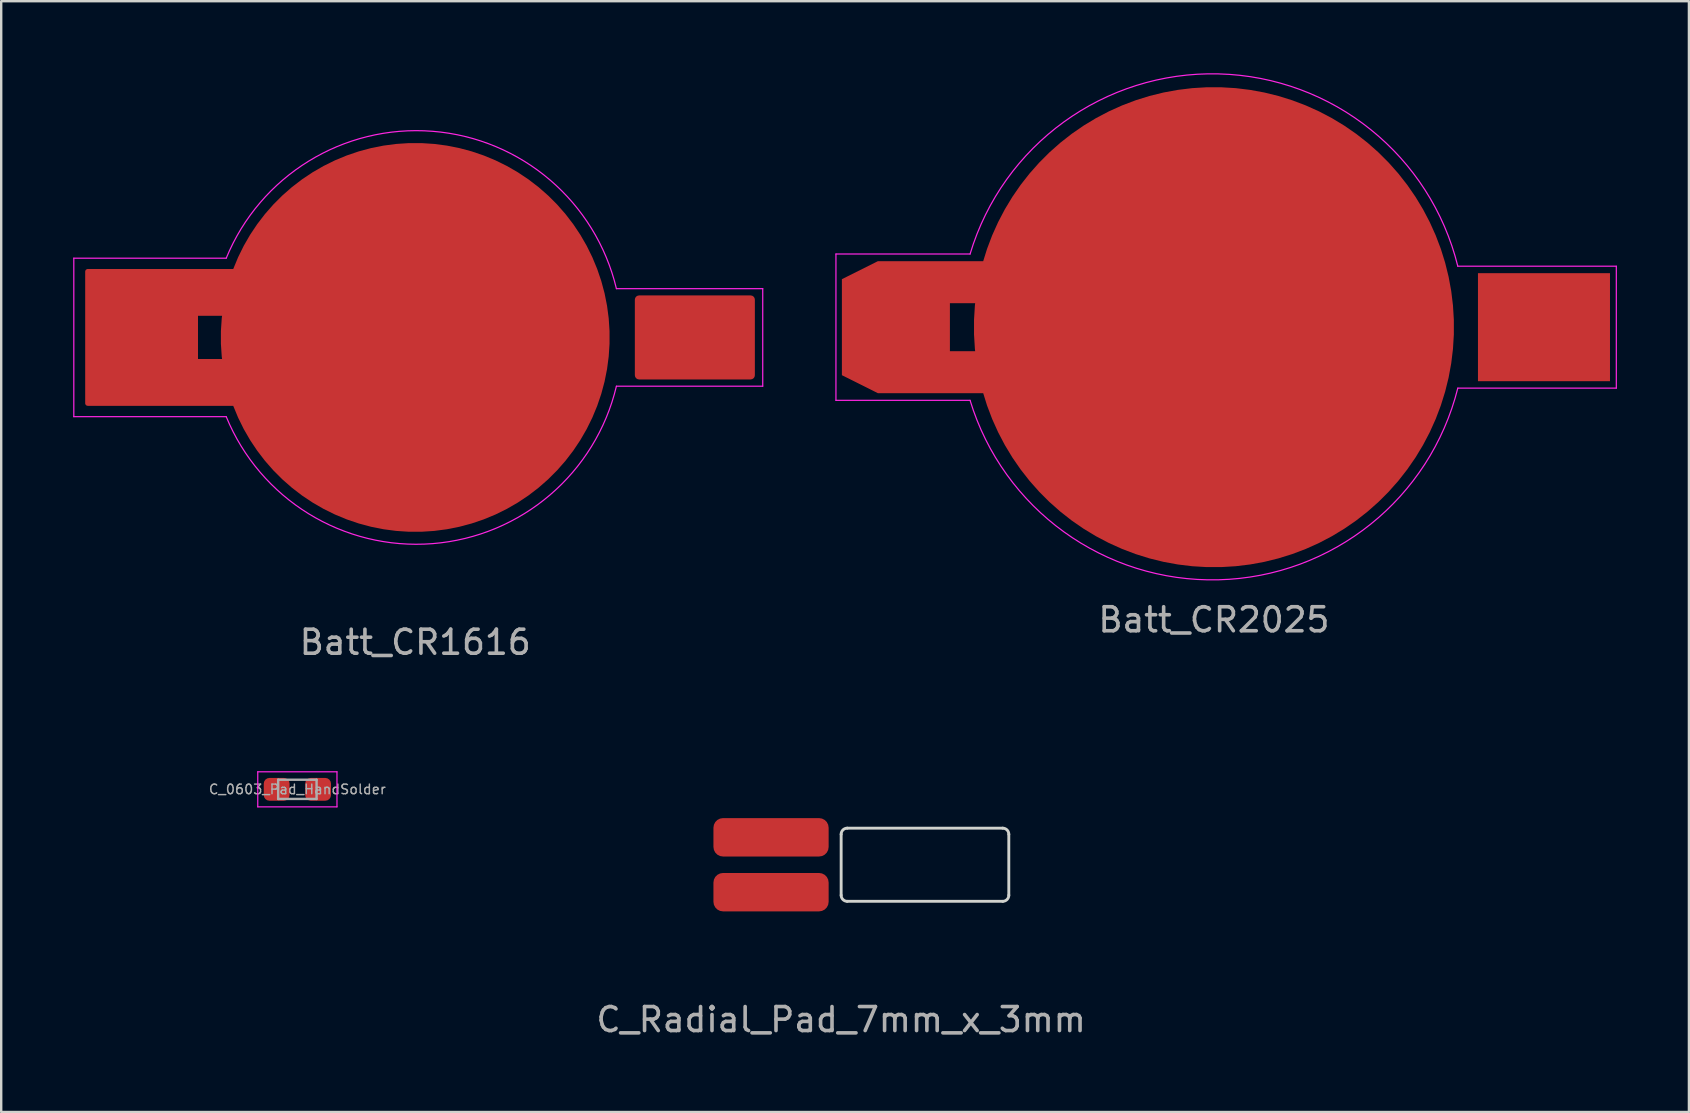
<source format=kicad_pcb>
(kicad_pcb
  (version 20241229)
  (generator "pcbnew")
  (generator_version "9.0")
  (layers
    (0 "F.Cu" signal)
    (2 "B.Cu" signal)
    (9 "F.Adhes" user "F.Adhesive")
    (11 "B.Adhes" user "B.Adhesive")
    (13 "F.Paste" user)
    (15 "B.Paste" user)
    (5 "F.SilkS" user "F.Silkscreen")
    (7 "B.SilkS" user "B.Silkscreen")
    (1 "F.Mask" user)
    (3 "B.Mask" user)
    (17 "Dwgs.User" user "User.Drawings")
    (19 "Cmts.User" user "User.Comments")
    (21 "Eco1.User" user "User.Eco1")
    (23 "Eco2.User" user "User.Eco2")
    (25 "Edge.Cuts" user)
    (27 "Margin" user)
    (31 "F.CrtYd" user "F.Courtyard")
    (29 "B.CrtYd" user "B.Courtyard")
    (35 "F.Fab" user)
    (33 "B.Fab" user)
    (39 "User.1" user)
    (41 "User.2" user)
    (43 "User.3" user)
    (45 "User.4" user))
  (footprint "Batt_CR1616"
    (layer "F.Cu")
    (at 14.249 11.008)
    (property "Reference" "Batt_CR1616" (at 0 -10.16 0) (unlocked yes) (layer "F.Mask") (effects (font (size 1 1) (thickness 0.15))))
    (attr smd)
    (fp_rect (start -13.65 -2.75) (end -9.15 2.75) (stroke (width 0.12) (type solid)) (fill yes) (layer "F.Mask"))
    (fp_arc (start -7.4 -2.75) (mid 0 -7.883562) (end 7.4 -2.75) (stroke (width 0.2) (type solid)) (layer "F.Mask"))
    (fp_arc (start 7.4 2.75) (mid 0 7.883562) (end -7.4 2.75) (stroke (width 0.2) (type solid)) (layer "F.Mask"))
    (fp_rect (start -13.65 -2.75) (end -9.15 2.75) (stroke (width 0.12) (type solid)) (fill yes) (layer "F.Paste"))
    (fp_line (start -14.224 -3.302) (end -7.874 -3.302) (stroke (width 0.05) (type solid)) (layer "F.CrtYd"))
    (fp_line (start -14.224 3.302) (end -14.224 -3.302) (stroke (width 0.05) (type solid)) (layer "F.CrtYd"))
    (fp_line (start -7.874 3.302) (end -14.224 3.302) (stroke (width 0.05) (type solid)) (layer "F.CrtYd"))
    (fp_line (start 14.478 -2.032) (end 8.382 -2.032) (stroke (width 0.05) (type solid)) (layer "F.CrtYd"))
    (fp_line (start 14.478 -2.032) (end 14.478 2.032) (stroke (width 0.05) (type solid)) (layer "F.CrtYd"))
    (fp_line (start 14.478 2.032) (end 8.382 2.032) (stroke (width 0.05) (type solid)) (layer "F.CrtYd"))
    (fp_arc (start -7.874 -3.302) (mid 0.716625 -8.588608) (end 8.382 -2.032) (stroke (width 0.05) (type solid)) (layer "F.CrtYd"))
    (fp_arc (start 8.382 2.032) (mid 0.716827 8.591178) (end -7.874 3.302) (stroke (width 0.05) (type solid)) (layer "F.CrtYd"))
    (fp_text user "${REFERENCE}" (at 0 12.7 0) (unlocked yes) (layer "F.Fab") (effects (font (size 1 1) (thickness 0.15))))
    (pad "1" smd custom (at 0 0) (size 16.2 16.2) (layers "F.Cu") (options (anchor circle)) (primitives (gr_poly (pts (xy -7 -2.75) (xy -10 -2.75) (xy -10 -1) (xy -7 -1)) (width 0.2) (fill yes)) (gr_poly (pts (xy -7 2.75) (xy -10 2.75) (xy -10 1) (xy -7 1)) (width 0.2) (fill yes)) (gr_poly (pts (xy -9.15 -2.75) (xy -13.65 -2.75) (xy -13.65 2.75) (xy -9.15 2.75)) (width 0.2) (fill yes))))
    (pad "2" smd roundrect (at 11.65 0) (size 5 3.5) (layers "F.Cu" "F.Mask" "F.Paste") (roundrect_rratio 0.05))
    (zone (net_name "") (layer "F.Cu") (hatch edge 0.508) (connect_pads) (min_thickness 0.254) (filled_areas_thickness no) (keepout (tracks allowed) (vias allowed) (pads allowed) (copperpour not_allowed) (footprints allowed)) (placement (enabled no)) (fill) (polygon (pts (xy 6.375 12.024) (xy 5.105 12.024) (xy 5.105 9.992) (xy 6.375 9.992))))
    (zone (net_name "") (layer "F.Cu") (hatch edge 0.508) (connect_pads) (min_thickness 0.254) (filled_areas_thickness no) (keepout (tracks allowed) (vias allowed) (pads allowed) (copperpour not_allowed) (footprints allowed)) (placement (enabled no)) (fill) (polygon (pts (xy 23.647 12.758) (xy 21.742 12.758) (xy 21.742 9.258) (xy 23.647 9.258)))))
  (footprint "C_Radial_Pad_7mm_x_3mm"
    (layer "F.Cu")
    (at 31.994 32.977)
    (property "Reference" "C_Radial_Pad_7mm_x_3mm" (at 0 -4.572 0) (unlocked yes) (layer "F.Mask") (effects (font (size 1 1) (thickness 0.15))))
    (attr smd)
    (fp_line (start 0 1.27) (end 0 -1.27) (stroke (width 0.12) (type solid)) (layer "Edge.Cuts"))
    (fp_line (start 0.254 -1.524) (end 6.731 -1.524) (stroke (width 0.12) (type solid)) (layer "Edge.Cuts"))
    (fp_line (start 6.731 1.524) (end 0.254 1.524) (stroke (width 0.12) (type solid)) (layer "Edge.Cuts"))
    (fp_line (start 6.985 -1.27) (end 6.985 1.27) (stroke (width 0.12) (type solid)) (layer "Edge.Cuts"))
    (fp_arc (start 0 -1.27) (mid 0.074395 -1.449605) (end 0.254 -1.524) (stroke (width 0.12) (type solid)) (layer "Edge.Cuts"))
    (fp_arc (start 0.254 1.524) (mid 0.074395 1.449605) (end 0 1.27) (stroke (width 0.12) (type solid)) (layer "Edge.Cuts"))
    (fp_arc (start 6.731 -1.524) (mid 6.910605 -1.449605) (end 6.985 -1.27) (stroke (width 0.12) (type solid)) (layer "Edge.Cuts"))
    (fp_arc (start 6.985 1.27) (mid 6.910605 1.449605) (end 6.731 1.524) (stroke (width 0.12) (type solid)) (layer "Edge.Cuts"))
    (fp_text user "${REFERENCE}" (at 0 6.453 0) (unlocked yes) (layer "F.Fab") (effects (font (size 1 1) (thickness 0.15))))
    (pad "1" smd roundrect (at -2.921 -1.143) (size 4.8 1.6) (layers "F.Cu" "F.Mask" "F.Paste") (roundrect_rratio 0.25))
    (pad "2" smd roundrect (at -2.921 1.143) (size 4.8 1.6) (layers "F.Cu" "F.Mask" "F.Paste") (roundrect_rratio 0.25))
    (zone (net_name "") (layer "F.Cu") (hatch edge 0.508) (connect_pads) (min_thickness 0.254) (filled_areas_thickness no) (keepout (tracks allowed) (vias allowed) (pads allowed) (copperpour not_allowed) (footprints allowed)) (placement (enabled no)) (fill) (polygon (pts (xy 31.994 33.612) (xy 26.66 33.612) (xy 26.66 32.215) (xy 31.994 32.215)))))
  (footprint "Batt_CR2025"
    (layer "F.Cu")
    (at 47.525 10.581)
    (property "Reference" "Batt_CR2025" (at 0 12.192 0) (unlocked yes) (layer "F.Fab") (effects (font (size 1 1) (thickness 0.15))))
    (attr smd)
    (fp_arc (start -9.144 -2.794) (mid 0.155773 -9.561) (end 9.230165 -2.494639) (stroke (width 0.2) (type solid)) (layer "F.Mask"))
    (fp_arc (start 9.230165 2.585639) (mid 0.155773 9.652) (end -9.144 2.885) (stroke (width 0.2) (type solid)) (layer "F.Mask"))
    (fp_poly (pts (xy -10.922 2.794) (xy -13.97 2.794) (xy -15.494 2.032) (xy -15.494 -2.032) (xy -13.97 -2.794) (xy -10.922 -2.794)) (stroke (width 0.12) (type solid)) (fill yes) (layer "F.Mask"))
    (fp_poly (pts (xy -10.922 2.794) (xy -13.97 2.794) (xy -15.494 2.032) (xy -15.494 -2.032) (xy -13.97 -2.794) (xy -10.922 -2.794)) (stroke (width 0.12) (type solid)) (fill yes) (layer "F.Paste"))
    (fp_line (start -15.748 -3.048) (end -15.748 3.048) (stroke (width 0.05) (type solid)) (layer "F.CrtYd"))
    (fp_line (start -15.748 3.048) (end -10.16 3.048) (stroke (width 0.05) (type solid)) (layer "F.CrtYd"))
    (fp_line (start -10.16 -3.048) (end -15.748 -3.048) (stroke (width 0.05) (type solid)) (layer "F.CrtYd"))
    (fp_line (start 10.16 2.54) (end 16.764 2.54) (stroke (width 0.05) (type solid)) (layer "F.CrtYd"))
    (fp_line (start 16.764 -2.54) (end 10.16 -2.54) (stroke (width 0.05) (type solid)) (layer "F.CrtYd"))
    (fp_line (start 16.764 2.54) (end 16.764 -2.54) (stroke (width 0.05) (type solid)) (layer "F.CrtYd"))
    (fp_arc (start -10.16 -3.048) (mid 0.193962 -10.552477) (end 10.16 -2.54) (stroke (width 0.05) (type solid)) (layer "F.CrtYd"))
    (fp_arc (start 10.16 2.54) (mid 0.193257 10.524275) (end -10.16 3.048) (stroke (width 0.05) (type solid)) (layer "F.CrtYd"))
    (pad "1" smd custom (at 0 0) (size 20 20) (layers "F.Cu") (options (anchor circle)) (primitives (gr_poly (pts (xy -11 -2.75) (xy -14 -2.75) (xy -15.5 -2) (xy -15.5 2) (xy -14 2.75) (xy -11 2.75)) (width 0) (fill yes)) (gr_poly (pts (xy -8 -2.75) (xy -14 -2.75) (xy -14 -1) (xy -8 -1)) (width 0) (fill yes)) (gr_poly (pts (xy -8 2.75) (xy -14 2.75) (xy -14 1) (xy -8 1)) (width 0) (fill yes))))
    (pad "2" smd rect (at 13.75 0) (size 5.5 4.5) (layers "F.Cu" "F.Mask" "F.Paste"))
    (zone (net_name "") (layer "F.Cu") (hatch edge 0.508) (connect_pads) (min_thickness 0.254) (filled_areas_thickness no) (keepout (tracks allowed) (vias allowed) (pads allowed) (copperpour not_allowed) (footprints allowed)) (placement (enabled no)) (fill) (polygon (pts (xy 37.746 11.597) (xy 36.476 11.597) (xy 36.476 9.565) (xy 37.746 9.565))))
    (zone (net_name "") (layer "F.Cu") (hatch edge 0.508) (connect_pads) (min_thickness 0.254) (filled_areas_thickness no) (keepout (tracks allowed) (vias allowed) (pads allowed) (copperpour not_allowed) (footprints allowed)) (placement (enabled no)) (fill) (polygon (pts (xy 58.574 13.121) (xy 57.812 13.121) (xy 57.431 14.264) (xy 56.923 14.264) (xy 56.923 6.898) (xy 57.431 6.898) (xy 57.812 8.041) (xy 58.574 8.041)))))
  (footprint "C_0603_Pad_HandSolder"
    (layer "F.Cu")
    (at 9.339 29.835)
    (property "Reference" "C_0603_Pad_HandSolder" (at 0 -1.43 0) (layer "F.Mask") (effects (font (size 1 1) (thickness 0.15))))
    (attr smd)
    (fp_line (start -1.65 -0.73) (end 1.65 -0.73) (stroke (width 0.05) (type solid)) (layer "F.CrtYd"))
    (fp_line (start -1.65 0.73) (end -1.65 -0.73) (stroke (width 0.05) (type solid)) (layer "F.CrtYd"))
    (fp_line (start 1.65 -0.73) (end 1.65 0.73) (stroke (width 0.05) (type solid)) (layer "F.CrtYd"))
    (fp_line (start 1.65 0.73) (end -1.65 0.73) (stroke (width 0.05) (type solid)) (layer "F.CrtYd"))
    (fp_line (start -0.8 -0.4) (end 0.8 -0.4) (stroke (width 0.1) (type solid)) (layer "F.Fab"))
    (fp_line (start -0.8 0.4) (end -0.8 -0.4) (stroke (width 0.1) (type solid)) (layer "F.Fab"))
    (fp_line (start 0.8 -0.4) (end 0.8 0.4) (stroke (width 0.1) (type solid)) (layer "F.Fab"))
    (fp_line (start 0.8 0.4) (end -0.8 0.4) (stroke (width 0.1) (type solid)) (layer "F.Fab"))
    (fp_text user "${REFERENCE}" (at 0 0 0) (layer "F.Fab") (effects (font (size 0.4 0.4) (thickness 0.06))))
    (pad "1" smd roundrect (at -0.863 0) (size 1.075 0.95) (layers "F.Cu" "F.Mask" "F.Paste") (roundrect_rratio 0.25))
    (pad "2" smd roundrect (at 0.863 0) (size 1.075 0.95) (layers "F.Cu" "F.Mask" "F.Paste") (roundrect_rratio 0.25))
    (zone (net_name "") (layer "F.Cu") (hatch edge 0.508) (connect_pads) (min_thickness 0.254) (filled_areas_thickness no) (keepout (tracks allowed) (vias allowed) (pads allowed) (copperpour not_allowed) (footprints allowed)) (placement (enabled no)) (fill) (polygon (pts (xy 9.593 30.418) (xy 9.085 30.418) (xy 9.085 29.246) (xy 9.593 29.246)))))
  (gr_rect
    (start -3 -3)
    (end 67.314 43.278)
    (stroke (width 0.1) (type default))
    (fill no)
    (layer "Edge.Cuts")))
</source>
